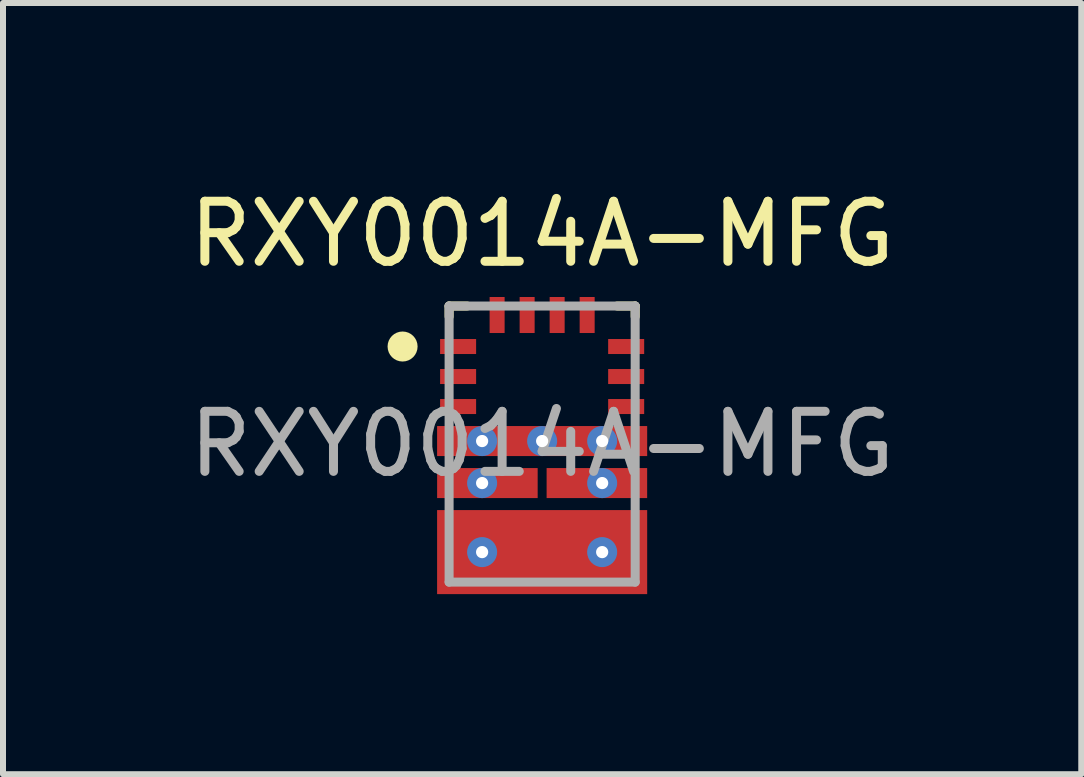
<source format=kicad_pcb>
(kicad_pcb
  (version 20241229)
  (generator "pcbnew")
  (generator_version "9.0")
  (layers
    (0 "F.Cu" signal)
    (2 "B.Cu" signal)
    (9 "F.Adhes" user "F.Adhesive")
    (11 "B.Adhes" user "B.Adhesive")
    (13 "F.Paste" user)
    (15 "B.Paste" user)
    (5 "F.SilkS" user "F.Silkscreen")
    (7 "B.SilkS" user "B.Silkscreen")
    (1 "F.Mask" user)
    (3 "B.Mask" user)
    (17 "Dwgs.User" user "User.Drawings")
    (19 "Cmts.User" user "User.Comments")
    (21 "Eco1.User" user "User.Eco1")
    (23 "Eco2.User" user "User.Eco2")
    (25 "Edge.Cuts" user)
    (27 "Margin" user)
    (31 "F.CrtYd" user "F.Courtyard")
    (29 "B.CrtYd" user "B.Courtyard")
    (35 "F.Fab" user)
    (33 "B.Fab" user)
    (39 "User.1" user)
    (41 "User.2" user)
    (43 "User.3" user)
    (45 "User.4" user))
  (footprint "RXY0014A-MFG"
    (layer "F.Cu")
    (at 5.982 4.348)
    (property "Reference" "RXY0014A-MFG" (at 0 -3.5 0) (unlocked yes) (layer "F.SilkS") (effects (font (size 1 1) (thickness 0.15))))
    (attr smd)
    (fp_poly (pts (xy -1.75 -1.2) (xy -1.65 -1.3) (xy -1.15 -1.3) (xy -1.05 -1.2) (xy -1.05 -1.05) (xy -1.15 -0.95) (xy -1.65 -0.95) (xy -1.75 -1.05)) (stroke (width 0) (type solid)) (fill yes) (layer "F.Mask"))
    (fp_poly (pts (xy -1.65 -0.8) (xy -1.15 -0.8) (xy -1.05 -0.7) (xy -1.05 -0.55) (xy -1.15 -0.45) (xy -1.65 -0.45) (xy -1.75 -0.55) (xy -1.75 -0.7)) (stroke (width 0) (type solid)) (fill yes) (layer "F.Mask"))
    (fp_poly (pts (xy -1.05 -1.7) (xy -1.05 -1.55) (xy -1.15 -1.45) (xy -1.65 -1.45) (xy -1.75 -1.55) (xy -1.75 -1.7) (xy -1.65 -1.8) (xy -1.15 -1.8)) (stroke (width 0) (type solid)) (fill yes) (layer "F.Mask"))
    (fp_poly (pts (xy -0.575 -2.4) (xy -0.575 -1.9) (xy -0.675 -1.8) (xy -0.825 -1.8) (xy -0.925 -1.9) (xy -0.925 -2.4) (xy -0.825 -2.5) (xy -0.675 -2.5)) (stroke (width 0) (type solid)) (fill yes) (layer "F.Mask"))
    (fp_poly (pts (xy -0.425 -1.9) (xy -0.425 -2.4) (xy -0.325 -2.5) (xy -0.175 -2.5) (xy -0.075 -2.4) (xy -0.075 -1.9) (xy -0.175 -1.8) (xy -0.325 -1.8)) (stroke (width 0) (type solid)) (fill yes) (layer "F.Mask"))
    (fp_poly (pts (xy 0.425 -1.9) (xy 0.325 -1.8) (xy 0.175 -1.8) (xy 0.075 -1.9) (xy 0.075 -2.4) (xy 0.175 -2.5) (xy 0.325 -2.5) (xy 0.425 -2.4)) (stroke (width 0) (type solid)) (fill yes) (layer "F.Mask"))
    (fp_poly (pts (xy 0.575 -1.9) (xy 0.575 -2.4) (xy 0.675 -2.5) (xy 0.825 -2.5) (xy 0.925 -2.4) (xy 0.925 -1.9) (xy 0.825 -1.8) (xy 0.675 -1.8)) (stroke (width 0) (type solid)) (fill yes) (layer "F.Mask"))
    (fp_poly (pts (xy 1.15 -1.45) (xy 1.05 -1.55) (xy 1.05 -1.7) (xy 1.15 -1.8) (xy 1.65 -1.8) (xy 1.75 -1.7) (xy 1.75 -1.55) (xy 1.65 -1.45)) (stroke (width 0) (type solid)) (fill yes) (layer "F.Mask"))
    (fp_poly (pts (xy 1.15 -0.8) (xy 1.65 -0.8) (xy 1.75 -0.7) (xy 1.75 -0.55) (xy 1.65 -0.45) (xy 1.15 -0.45) (xy 1.05 -0.55) (xy 1.05 -0.7)) (stroke (width 0) (type solid)) (fill yes) (layer "F.Mask"))
    (fp_poly (pts (xy 1.65 -1.3) (xy 1.75 -1.2) (xy 1.75 -1.05) (xy 1.65 -0.95) (xy 1.15 -0.95) (xy 1.05 -1.05) (xy 1.05 -1.2) (xy 1.15 -1.3)) (stroke (width 0) (type solid)) (fill yes) (layer "F.Mask"))
    (fp_poly (pts (xy -1.7 -0.125) (xy -1.65 -0.175) (xy -1.35 -0.175) (xy -1.35 -0.25) (xy -0.175 -0.25) (xy -0.125 -0.2) (xy -0.125 0.1) (xy -0.175 0.15) (xy -1.35 0.15) (xy -1.35 0.075) (xy -1.65 0.075) (xy -1.7 0.025)) (stroke (width 0) (type solid)) (fill yes) (layer "F.Mask"))
    (fp_poly (pts (xy -1.7 0.725) (xy -1.7 0.575) (xy -1.65 0.525) (xy -1.35 0.525) (xy -1.35 0.45) (xy -0.175 0.45) (xy -0.125 0.5) (xy -0.125 0.8) (xy -0.175 0.85) (xy -1.35 0.85) (xy -1.35 0.775) (xy -1.65 0.775)) (stroke (width 0) (type solid)) (fill yes) (layer "F.Mask"))
    (fp_poly (pts (xy 1.7 0.025) (xy 1.65 0.075) (xy 1.35 0.075) (xy 1.35 0.15) (xy 0.175 0.15) (xy 0.125 0.1) (xy 0.125 -0.2) (xy 0.175 -0.25) (xy 1.35 -0.25) (xy 1.35 -0.175) (xy 1.65 -0.175) (xy 1.7 -0.125)) (stroke (width 0) (type solid)) (fill yes) (layer "F.Mask"))
    (fp_poly (pts (xy 1.7 0.575) (xy 1.7 0.725) (xy 1.65 0.775) (xy 1.35 0.775) (xy 1.35 0.85) (xy 0.175 0.85) (xy 0.125 0.8) (xy 0.125 0.5) (xy 0.175 0.45) (xy 1.35 0.45) (xy 1.35 0.525) (xy 1.65 0.525)) (stroke (width 0) (type solid)) (fill yes) (layer "F.Mask"))
    (fp_poly (pts (xy -1.7 1.425) (xy -1.7 1.275) (xy -1.65 1.225) (xy -1.35 1.225) (xy -1.35 1.15) (xy 1.35 1.15) (xy 1.35 1.225) (xy 1.65 1.225) (xy 1.7 1.275) (xy 1.7 1.425) (xy 1.65 1.475) (xy 1.35 1.475) (xy 1.35 1.55) (xy 0.875 1.55) (xy 0.875 2.4) (xy 0.825 2.45) (xy 0.675 2.45) (xy 0.625 2.4) (xy 0.625 1.55) (xy 0.375 1.55) (xy 0.375 2.4) (xy 0.325 2.45) (xy 0.175 2.45) (xy 0.125 2.4) (xy 0.125 1.55) (xy -0.125 1.55) (xy -0.125 2.4) (xy -0.175 2.45) (xy -0.325 2.45) (xy -0.375 2.4) (xy -0.375 1.55) (xy -0.625 1.55) (xy -0.625 2.4) (xy -0.675 2.45) (xy -0.825 2.45) (xy -0.875 2.4) (xy -0.875 1.55) (xy -1.35 1.55) (xy -1.35 1.475) (xy -1.65 1.475)) (stroke (width 0) (type solid)) (fill yes) (layer "F.Mask"))
    (fp_line (start -1.55 -2.3) (end -1.25 -2.3) (stroke (width 0.15) (type solid)) (layer "F.SilkS"))
    (fp_line (start -1.55 -2.125) (end -1.55 -2.3) (stroke (width 0.15) (type solid)) (layer "F.SilkS"))
    (fp_line (start 1.25 -2.3) (end 1.55 -2.3) (stroke (width 0.15) (type solid)) (layer "F.SilkS"))
    (fp_line (start 1.55 -2.125) (end 1.55 -2.3) (stroke (width 0.15) (type solid)) (layer "F.SilkS"))
    (fp_circle (center -2.325 -1.625) (end -2.2 -1.625) (stroke (width 0.25) (type solid)) (fill no) (layer "F.SilkS"))
    (fp_poly (pts (xy -1.7 -0.125) (xy -1.65 -0.175) (xy -1.35 -0.175) (xy -1.35 -0.25) (xy -0.175 -0.25) (xy -0.125 -0.2) (xy -0.125 0.1) (xy -0.175 0.15) (xy -1.35 0.15) (xy -1.35 0.075) (xy -1.65 0.075) (xy -1.7 0.025)) (stroke (width 0) (type solid)) (fill yes) (layer "F.Paste"))
    (fp_poly (pts (xy -1.7 0.725) (xy -1.7 0.575) (xy -1.65 0.525) (xy -1.35 0.525) (xy -1.35 0.45) (xy -0.175 0.45) (xy -0.125 0.5) (xy -0.125 0.8) (xy -0.175 0.85) (xy -1.35 0.85) (xy -1.35 0.775) (xy -1.65 0.775)) (stroke (width 0) (type solid)) (fill yes) (layer "F.Paste"))
    (fp_poly (pts (xy 1.7 0.025) (xy 1.65 0.075) (xy 1.35 0.075) (xy 1.35 0.15) (xy 0.175 0.15) (xy 0.125 0.1) (xy 0.125 -0.2) (xy 0.175 -0.25) (xy 1.35 -0.25) (xy 1.35 -0.175) (xy 1.65 -0.175) (xy 1.7 -0.125)) (stroke (width 0) (type solid)) (fill yes) (layer "F.Paste"))
    (fp_poly (pts (xy 1.7 0.575) (xy 1.7 0.725) (xy 1.65 0.775) (xy 1.35 0.775) (xy 1.35 0.85) (xy 0.175 0.85) (xy 0.125 0.8) (xy 0.125 0.5) (xy 0.175 0.45) (xy 1.35 0.45) (xy 1.35 0.525) (xy 1.65 0.525)) (stroke (width 0) (type solid)) (fill yes) (layer "F.Paste"))
    (fp_poly (pts (xy -1.7 1.425) (xy -1.7 1.275) (xy -1.65 1.225) (xy -1.35 1.225) (xy -1.35 1.15) (xy 1.35 1.15) (xy 1.35 1.225) (xy 1.65 1.225) (xy 1.7 1.275) (xy 1.7 1.425) (xy 1.65 1.475) (xy 1.35 1.475) (xy 1.35 1.55) (xy 0.875 1.55) (xy 0.875 2.4) (xy 0.825 2.45) (xy 0.675 2.45) (xy 0.625 2.4) (xy 0.625 1.55) (xy 0.375 1.55) (xy 0.375 2.4) (xy 0.325 2.45) (xy 0.175 2.45) (xy 0.125 2.4) (xy 0.125 1.55) (xy -0.125 1.55) (xy -0.125 2.4) (xy -0.175 2.45) (xy -0.325 2.45) (xy -0.375 2.4) (xy -0.375 1.55) (xy -0.625 1.55) (xy -0.625 2.4) (xy -0.675 2.45) (xy -0.825 2.45) (xy -0.875 2.4) (xy -0.875 1.55) (xy -1.35 1.55) (xy -1.35 1.475) (xy -1.65 1.475)) (stroke (width 0) (type solid)) (fill yes) (layer "F.Paste"))
    (fp_line (start -1.55 -2.3) (end 1.55 -2.3) (stroke (width 0.15) (type solid)) (layer "F.Fab"))
    (fp_line (start -1.55 2.3) (end -1.55 -2.3) (stroke (width 0.15) (type solid)) (layer "F.Fab"))
    (fp_line (start -1.55 2.3) (end 1.55 2.3) (stroke (width 0.15) (type solid)) (layer "F.Fab"))
    (fp_line (start 1.55 2.3) (end 1.55 -2.3) (stroke (width 0.15) (type solid)) (layer "F.Fab"))
    (fp_text user "${REFERENCE}" (at 0 0 0) (unlocked yes) (layer "F.Fab") (effects (font (size 1 1) (thickness 0.15))))
    (pad "1" smd rect (at -1.4 -1.625) (size 0.6 0.25) (layers "F.Cu" "F.Paste"))
    (pad "2" smd rect (at -1.4 -1.125) (size 0.6 0.25) (layers "F.Cu" "F.Paste"))
    (pad "3" smd rect (at -1.4 -0.625) (size 0.6 0.25) (layers "F.Cu" "F.Paste"))
    (pad "4" smd rect (at 0 -0.05) (size 3.5 0.5) (layers "F.Cu"))
    (pad "5" smd rect (at -0.912 0.65) (size 1.675 0.5) (layers "F.Cu"))
    (pad "6" smd rect (at 0 1.8) (size 3.5 1.4) (layers "F.Cu"))
    (pad "7" smd rect (at 0.912 0.65) (size 1.675 0.5) (layers "F.Cu"))
    (pad "8" smd rect (at 1.4 -0.625) (size 0.6 0.25) (layers "F.Cu" "F.Paste"))
    (pad "9" smd rect (at 1.4 -1.125) (size 0.6 0.25) (layers "F.Cu" "F.Paste"))
    (pad "10" smd rect (at 1.4 -1.625) (size 0.6 0.25) (layers "F.Cu" "F.Paste"))
    (pad "11" smd rect (at 0.75 -2.15) (size 0.25 0.6) (layers "F.Cu" "F.Paste"))
    (pad "12" smd rect (at 0.25 -2.15) (size 0.25 0.6) (layers "F.Cu" "F.Paste"))
    (pad "13" smd rect (at -0.25 -2.15) (size 0.25 0.6) (layers "F.Cu" "F.Paste"))
    (pad "14" smd rect (at -0.75 -2.15) (size 0.25 0.6) (layers "F.Cu" "F.Paste"))
    (pad "15" thru_hole circle (at -1 -0.05) (size 0.5 0.5) (drill 0.203) (layers "*.Cu" "*.Mask"))
    (pad "16" thru_hole circle (at 1 -0.05) (size 0.5 0.5) (drill 0.203) (layers "*.Cu" "*.Mask"))
    (pad "17" thru_hole circle (at 0 -0.05) (size 0.5 0.5) (drill 0.203) (layers "*.Cu" "*.Mask"))
    (pad "18" thru_hole circle (at -1 0.65) (size 0.5 0.5) (drill 0.203) (layers "*.Cu" "*.Mask"))
    (pad "19" thru_hole circle (at 1 0.65) (size 0.5 0.5) (drill 0.203) (layers "*.Cu" "*.Mask"))
    (pad "20" thru_hole circle (at 1 1.8) (size 0.5 0.5) (drill 0.203) (layers "*.Cu" "*.Mask"))
    (pad "21" thru_hole circle (at -1 1.8) (size 0.5 0.5) (drill 0.203) (layers "*.Cu" "*.Mask")))
  (gr_rect
    (start -3 -3)
    (end 14.964 9.848)
    (stroke (width 0.1) (type default))
    (fill no)
    (layer "Edge.Cuts")))
</source>
